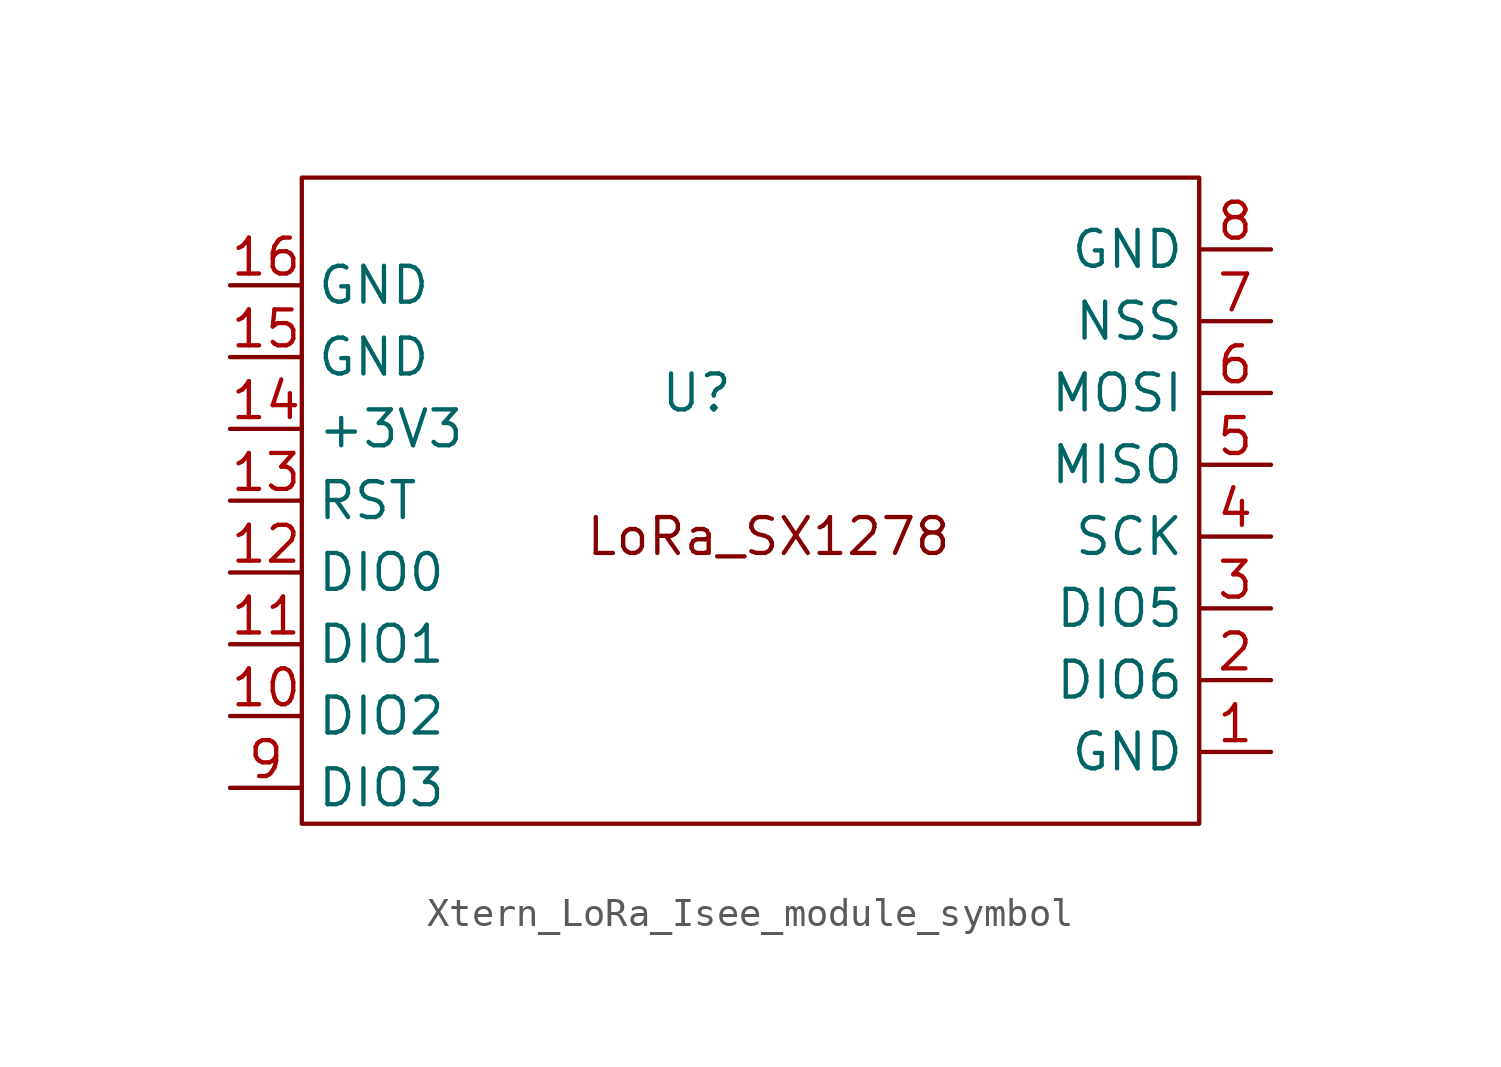
<source format=kicad_sym>
(kicad_symbol_lib
  (version 20220914)
  (generator kicad_symbol_editor)
  (symbol "Xtern_LoRa_Isee_module_symbol"
    (property "Reference" "U"
      (at -1.27 5.08 0)
      (effects (font (size 1.27 1.27))))
    (property "Value" ""
      (at -1.27 5.08 0)
      (effects (font (size 1.27 1.27))))
    (symbol "Xtern_LoRa_Isee_module_symbol_0_1"
      (rectangle (start -15.24 12.7) (end 16.51 -10.16) (stroke (width 0) (type default)) (fill (type none))))
    (symbol "Xtern_LoRa_Isee_module_symbol_1_1"
      (text "LoRa_SX1278" (at 1.27 0 0) (effects (font (size 1.27 1.27))))
      (pin input line (at 19.05 -7.62 180) (length 2.54) (name "GND" (effects (font (size 1.27 1.27)))) (number "1" (effects (font (size 1.27 1.27)))))
      (pin input line (at -17.78 -6.35 0) (length 2.54) (name "DIO2" (effects (font (size 1.27 1.27)))) (number "10" (effects (font (size 1.27 1.27)))))
      (pin input line (at -17.78 -3.81 0) (length 2.54) (name "DIO1" (effects (font (size 1.27 1.27)))) (number "11" (effects (font (size 1.27 1.27)))))
      (pin input line (at -17.78 -1.27 0) (length 2.54) (name "DIO0" (effects (font (size 1.27 1.27)))) (number "12" (effects (font (size 1.27 1.27)))))
      (pin input line (at -17.78 1.27 0) (length 2.54) (name "RST" (effects (font (size 1.27 1.27)))) (number "13" (effects (font (size 1.27 1.27)))))
      (pin input line (at -17.78 3.81 0) (length 2.54) (name "+3V3" (effects (font (size 1.27 1.27)))) (number "14" (effects (font (size 1.27 1.27)))))
      (pin input line (at -17.78 6.35 0) (length 2.54) (name "GND" (effects (font (size 1.27 1.27)))) (number "15" (effects (font (size 1.27 1.27)))))
      (pin input line (at -17.78 8.89 0) (length 2.54) (name "GND" (effects (font (size 1.27 1.27)))) (number "16" (effects (font (size 1.27 1.27)))))
      (pin input line (at 19.05 -5.08 180) (length 2.54) (name "DIO6" (effects (font (size 1.27 1.27)))) (number "2" (effects (font (size 1.27 1.27)))))
      (pin input line (at 19.05 -2.54 180) (length 2.54) (name "DIO5" (effects (font (size 1.27 1.27)))) (number "3" (effects (font (size 1.27 1.27)))))
      (pin input line (at 19.05 0 180) (length 2.54) (name "SCK" (effects (font (size 1.27 1.27)))) (number "4" (effects (font (size 1.27 1.27)))))
      (pin input line (at 19.05 2.54 180) (length 2.54) (name "MISO" (effects (font (size 1.27 1.27)))) (number "5" (effects (font (size 1.27 1.27)))))
      (pin input line (at 19.05 5.08 180) (length 2.54) (name "MOSI" (effects (font (size 1.27 1.27)))) (number "6" (effects (font (size 1.27 1.27)))))
      (pin input line (at 19.05 7.62 180) (length 2.54) (name "NSS" (effects (font (size 1.27 1.27)))) (number "7" (effects (font (size 1.27 1.27)))))
      (pin input line (at 19.05 10.16 180) (length 2.54) (name "GND" (effects (font (size 1.27 1.27)))) (number "8" (effects (font (size 1.27 1.27)))))
      (pin input line (at -17.78 -8.89 0) (length 2.54) (name "DIO3" (effects (font (size 1.27 1.27)))) (number "9" (effects (font (size 1.27 1.27))))))))
</source>
